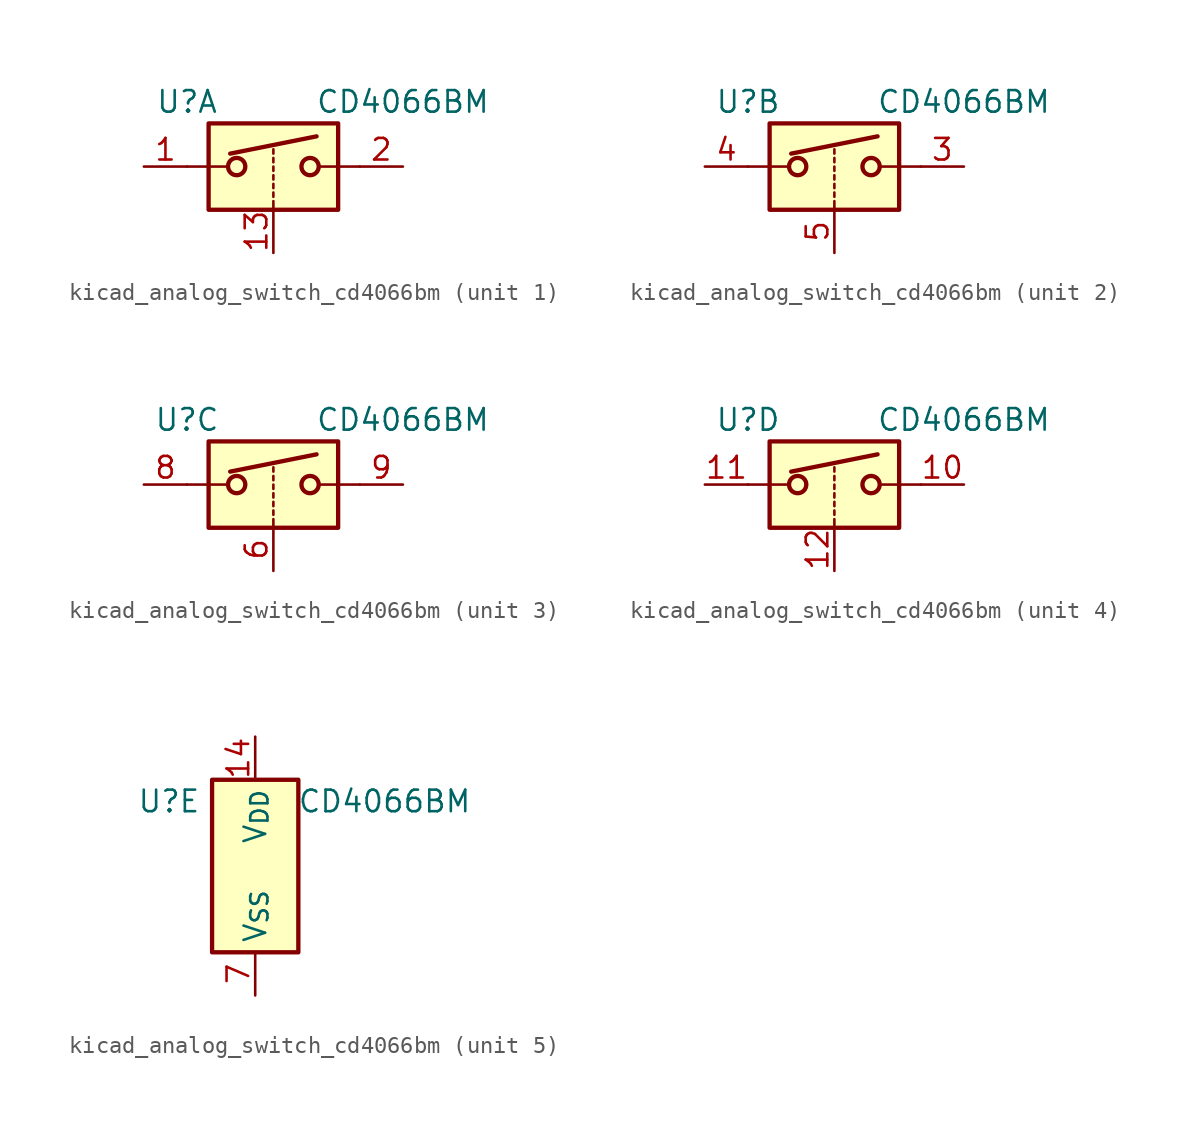
<source format=kicad_sym>
(kicad_symbol_lib
  (version 20220914)
  (generator kicad_symbol_editor)
  (symbol "kicad_analog_switch_cd4066bm"
    (property "Reference" "U"
      (at -5.08 3.81 0)
      (effects (font (size 1.27 1.27))))
    (property "Value" "CD4066BM"
      (at 7.62 3.81 0)
      (effects (font (size 1.27 1.27))))
    (property "ki_locked" ""
      (at 0 0 0)
      (effects (font (size 1.27 1.27))))
    (symbol "kicad_analog_switch_cd4066bm_1_1"
      (rectangle (start -3.81 2.54) (end 3.81 -2.54) (stroke (width 0.254) (type default)) (fill (type background)))
      (circle (center -2.159 0) (radius 0.508) (stroke (width 0.254) (type default)) (fill (type none)))
      (polyline (pts (xy -5.08 0) (xy -2.794 0)) (stroke (width 0) (type default)) (fill (type none)))
      (polyline (pts (xy -2.54 0.762) (xy 2.54 1.778)) (stroke (width 0.254) (type default)) (fill (type none)))
      (polyline (pts (xy 0 -2.54) (xy 0 -2.032)) (stroke (width 0) (type default)) (fill (type none)))
      (polyline (pts (xy 0 -1.778) (xy 0 -1.524)) (stroke (width 0) (type default)) (fill (type none)))
      (polyline (pts (xy 0 -1.27) (xy 0 -1.016)) (stroke (width 0) (type default)) (fill (type none)))
      (polyline (pts (xy 0 -0.762) (xy 0 -0.508)) (stroke (width 0) (type default)) (fill (type none)))
      (polyline (pts (xy 0 -0.254) (xy 0 0)) (stroke (width 0) (type default)) (fill (type none)))
      (polyline (pts (xy 0 0.254) (xy 0 0.508)) (stroke (width 0) (type default)) (fill (type none)))
      (polyline (pts (xy 0 0.762) (xy 0 1.016)) (stroke (width 0) (type default)) (fill (type none)))
      (polyline (pts (xy 5.08 0) (xy 2.794 0)) (stroke (width 0) (type default)) (fill (type none)))
      (circle (center 2.159 0) (radius 0.508) (stroke (width 0.254) (type default)) (fill (type none)))
      (pin bidirectional line (at -7.62 0 0) (length 2.54) (name "~" (effects (font (size 1.27 1.27)))) (number "1" (effects (font (size 1.27 1.27)))))
      (pin input line (at 0 -5.08 90) (length 2.54) (name "~" (effects (font (size 1.27 1.27)))) (number "13" (effects (font (size 1.27 1.27)))))
      (pin bidirectional line (at 7.62 0 180) (length 2.54) (name "~" (effects (font (size 1.27 1.27)))) (number "2" (effects (font (size 1.27 1.27))))))
    (symbol "kicad_analog_switch_cd4066bm_2_1"
      (rectangle (start -3.81 2.54) (end 3.81 -2.54) (stroke (width 0.254) (type default)) (fill (type background)))
      (circle (center -2.159 0) (radius 0.508) (stroke (width 0.254) (type default)) (fill (type none)))
      (polyline (pts (xy -5.08 0) (xy -2.794 0)) (stroke (width 0) (type default)) (fill (type none)))
      (polyline (pts (xy -2.54 0.762) (xy 2.54 1.778)) (stroke (width 0.254) (type default)) (fill (type none)))
      (polyline (pts (xy 0 -2.54) (xy 0 -2.032)) (stroke (width 0) (type default)) (fill (type none)))
      (polyline (pts (xy 0 -1.778) (xy 0 -1.524)) (stroke (width 0) (type default)) (fill (type none)))
      (polyline (pts (xy 0 -1.27) (xy 0 -1.016)) (stroke (width 0) (type default)) (fill (type none)))
      (polyline (pts (xy 0 -0.762) (xy 0 -0.508)) (stroke (width 0) (type default)) (fill (type none)))
      (polyline (pts (xy 0 -0.254) (xy 0 0)) (stroke (width 0) (type default)) (fill (type none)))
      (polyline (pts (xy 0 0.254) (xy 0 0.508)) (stroke (width 0) (type default)) (fill (type none)))
      (polyline (pts (xy 0 0.762) (xy 0 1.016)) (stroke (width 0) (type default)) (fill (type none)))
      (polyline (pts (xy 5.08 0) (xy 2.794 0)) (stroke (width 0) (type default)) (fill (type none)))
      (circle (center 2.159 0) (radius 0.508) (stroke (width 0.254) (type default)) (fill (type none)))
      (pin bidirectional line (at 7.62 0 180) (length 2.54) (name "~" (effects (font (size 1.27 1.27)))) (number "3" (effects (font (size 1.27 1.27)))))
      (pin bidirectional line (at -7.62 0 0) (length 2.54) (name "~" (effects (font (size 1.27 1.27)))) (number "4" (effects (font (size 1.27 1.27)))))
      (pin input line (at 0 -5.08 90) (length 2.54) (name "~" (effects (font (size 1.27 1.27)))) (number "5" (effects (font (size 1.27 1.27))))))
    (symbol "kicad_analog_switch_cd4066bm_3_1"
      (rectangle (start -3.81 2.54) (end 3.81 -2.54) (stroke (width 0.254) (type default)) (fill (type background)))
      (circle (center -2.159 0) (radius 0.508) (stroke (width 0.254) (type default)) (fill (type none)))
      (polyline (pts (xy -5.08 0) (xy -2.794 0)) (stroke (width 0) (type default)) (fill (type none)))
      (polyline (pts (xy -2.54 0.762) (xy 2.54 1.778)) (stroke (width 0.254) (type default)) (fill (type none)))
      (polyline (pts (xy 0 -2.54) (xy 0 -2.032)) (stroke (width 0) (type default)) (fill (type none)))
      (polyline (pts (xy 0 -1.778) (xy 0 -1.524)) (stroke (width 0) (type default)) (fill (type none)))
      (polyline (pts (xy 0 -1.27) (xy 0 -1.016)) (stroke (width 0) (type default)) (fill (type none)))
      (polyline (pts (xy 0 -0.762) (xy 0 -0.508)) (stroke (width 0) (type default)) (fill (type none)))
      (polyline (pts (xy 0 -0.254) (xy 0 0)) (stroke (width 0) (type default)) (fill (type none)))
      (polyline (pts (xy 0 0.254) (xy 0 0.508)) (stroke (width 0) (type default)) (fill (type none)))
      (polyline (pts (xy 0 0.762) (xy 0 1.016)) (stroke (width 0) (type default)) (fill (type none)))
      (polyline (pts (xy 5.08 0) (xy 2.794 0)) (stroke (width 0) (type default)) (fill (type none)))
      (circle (center 2.159 0) (radius 0.508) (stroke (width 0.254) (type default)) (fill (type none)))
      (pin input line (at 0 -5.08 90) (length 2.54) (name "~" (effects (font (size 1.27 1.27)))) (number "6" (effects (font (size 1.27 1.27)))))
      (pin bidirectional line (at -7.62 0 0) (length 2.54) (name "~" (effects (font (size 1.27 1.27)))) (number "8" (effects (font (size 1.27 1.27)))))
      (pin bidirectional line (at 7.62 0 180) (length 2.54) (name "~" (effects (font (size 1.27 1.27)))) (number "9" (effects (font (size 1.27 1.27))))))
    (symbol "kicad_analog_switch_cd4066bm_4_1"
      (rectangle (start -3.81 2.54) (end 3.81 -2.54) (stroke (width 0.254) (type default)) (fill (type background)))
      (circle (center -2.159 0) (radius 0.508) (stroke (width 0.254) (type default)) (fill (type none)))
      (polyline (pts (xy -5.08 0) (xy -2.794 0)) (stroke (width 0) (type default)) (fill (type none)))
      (polyline (pts (xy -2.54 0.762) (xy 2.54 1.778)) (stroke (width 0.254) (type default)) (fill (type none)))
      (polyline (pts (xy 0 -2.54) (xy 0 -2.032)) (stroke (width 0) (type default)) (fill (type none)))
      (polyline (pts (xy 0 -1.778) (xy 0 -1.524)) (stroke (width 0) (type default)) (fill (type none)))
      (polyline (pts (xy 0 -1.27) (xy 0 -1.016)) (stroke (width 0) (type default)) (fill (type none)))
      (polyline (pts (xy 0 -0.762) (xy 0 -0.508)) (stroke (width 0) (type default)) (fill (type none)))
      (polyline (pts (xy 0 -0.254) (xy 0 0)) (stroke (width 0) (type default)) (fill (type none)))
      (polyline (pts (xy 0 0.254) (xy 0 0.508)) (stroke (width 0) (type default)) (fill (type none)))
      (polyline (pts (xy 0 0.762) (xy 0 1.016)) (stroke (width 0) (type default)) (fill (type none)))
      (polyline (pts (xy 5.08 0) (xy 2.794 0)) (stroke (width 0) (type default)) (fill (type none)))
      (circle (center 2.159 0) (radius 0.508) (stroke (width 0.254) (type default)) (fill (type none)))
      (pin bidirectional line (at 7.62 0 180) (length 2.54) (name "~" (effects (font (size 1.27 1.27)))) (number "10" (effects (font (size 1.27 1.27)))))
      (pin bidirectional line (at -7.62 0 0) (length 2.54) (name "~" (effects (font (size 1.27 1.27)))) (number "11" (effects (font (size 1.27 1.27)))))
      (pin input line (at 0 -5.08 90) (length 2.54) (name "~" (effects (font (size 1.27 1.27)))) (number "12" (effects (font (size 1.27 1.27))))))
    (symbol "kicad_analog_switch_cd4066bm_5_1"
      (rectangle (start -2.54 5.08) (end 2.54 -5.08) (stroke (width 0.254) (type default)) (fill (type background)))
      (pin power_in line (at 0 7.62 270) (length 2.54) (name "V_{DD}" (effects (font (size 1.27 1.27)))) (number "14" (effects (font (size 1.27 1.27)))))
      (pin power_in line (at 0 -7.62 90) (length 2.54) (name "V_{SS}" (effects (font (size 1.27 1.27)))) (number "7" (effects (font (size 1.27 1.27))))))))
</source>
